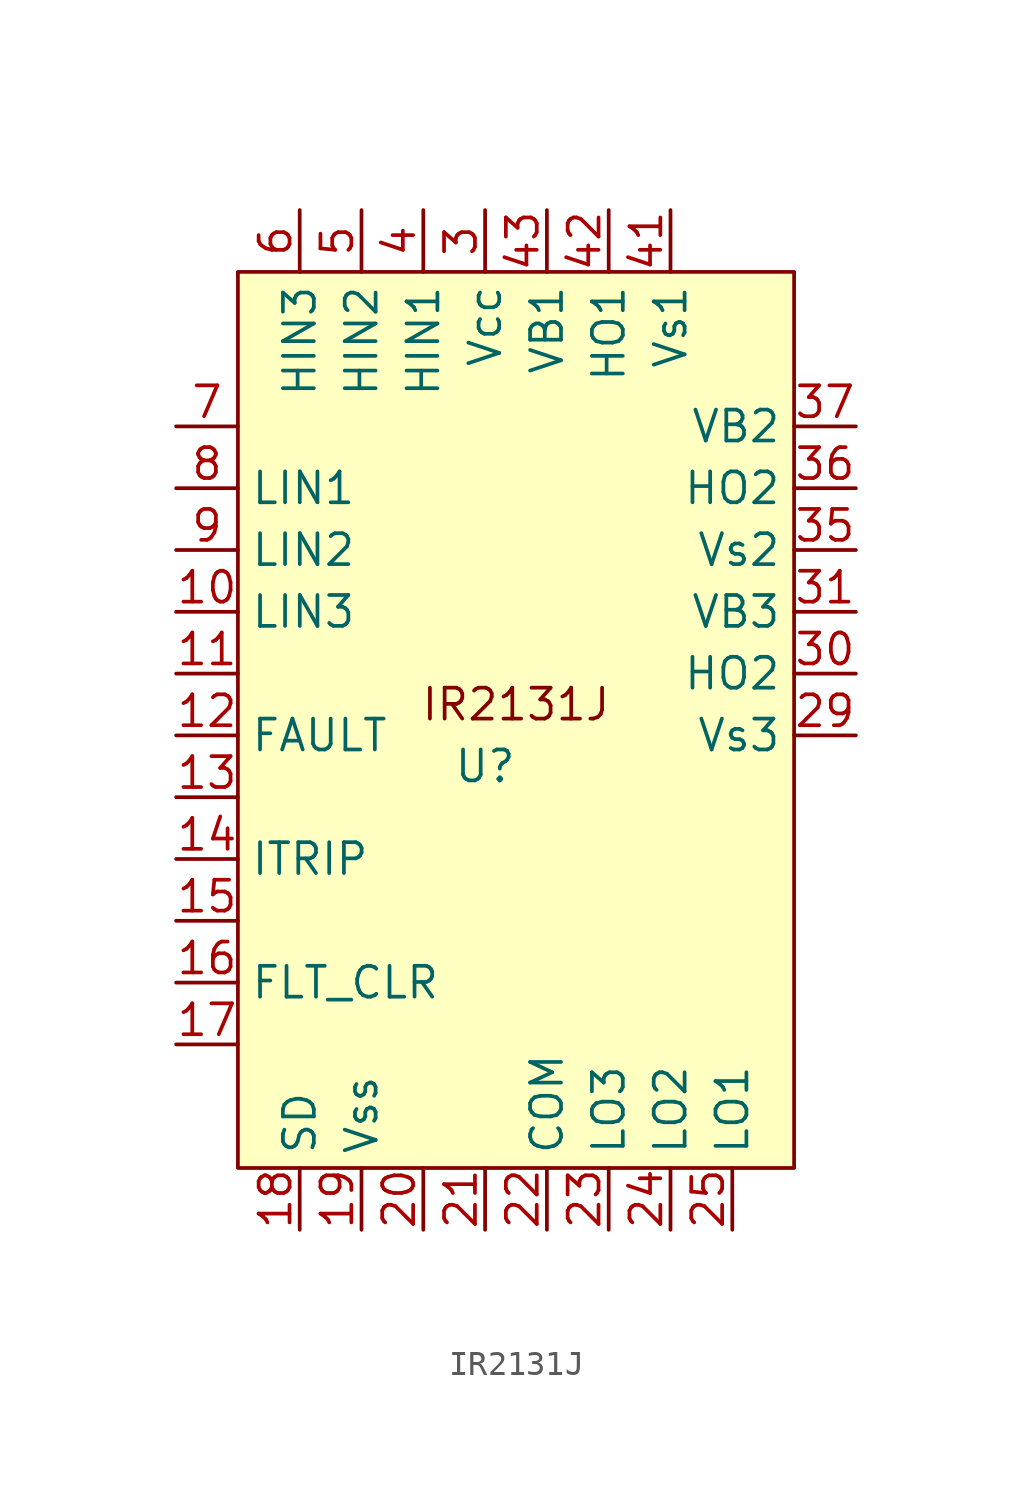
<source format=kicad_sym>
(kicad_symbol_lib
  (version 20220914)
  (generator kicad_symbol_editor)
  (symbol "IR2131J"
    (property "Reference" "U"
      (at 1.27 -16.51 0)
      (effects (font (size 1.27 1.27))))
    (property "Value" ""
      (at 0 0 0)
      (effects (font (size 1.27 1.27))))
    (symbol "IR2131J_1_1"
      (rectangle (start -8.89 3.81) (end 13.97 -33.02) (stroke (width 0) (type default)) (fill (type background)))
      (text "IR2131J" (at 2.54 -13.97 0) (effects (font (size 1.27 1.27))))
      (pin input line (at -11.43 -10.16 0) (length 2.54) (name "LIN3" (effects (font (size 1.27 1.27)))) (number "10" (effects (font (size 1.27 1.27)))))
      (pin input line (at -11.43 -12.7 0) (length 2.54) (name "" (effects (font (size 1.27 1.27)))) (number "11" (effects (font (size 1.27 1.27)))))
      (pin input line (at -11.43 -15.24 0) (length 2.54) (name "FAULT" (effects (font (size 1.27 1.27)))) (number "12" (effects (font (size 1.27 1.27)))))
      (pin input line (at -11.43 -17.78 0) (length 2.54) (name "" (effects (font (size 1.27 1.27)))) (number "13" (effects (font (size 1.27 1.27)))))
      (pin input line (at -11.43 -20.32 0) (length 2.54) (name "ITRIP" (effects (font (size 1.27 1.27)))) (number "14" (effects (font (size 1.27 1.27)))))
      (pin input line (at -11.43 -22.86 0) (length 2.54) (name "" (effects (font (size 1.27 1.27)))) (number "15" (effects (font (size 1.27 1.27)))))
      (pin input line (at -11.43 -25.4 0) (length 2.54) (name "FLT_CLR" (effects (font (size 1.27 1.27)))) (number "16" (effects (font (size 1.27 1.27)))))
      (pin input line (at -11.43 -27.94 0) (length 2.54) (name "" (effects (font (size 1.27 1.27)))) (number "17" (effects (font (size 1.27 1.27)))))
      (pin input line (at -6.35 -35.56 90) (length 2.54) (name "SD" (effects (font (size 1.27 1.27)))) (number "18" (effects (font (size 1.27 1.27)))))
      (pin input line (at -3.81 -35.56 90) (length 2.54) (name "Vss" (effects (font (size 1.27 1.27)))) (number "19" (effects (font (size 1.27 1.27)))))
      (pin input line (at -1.27 -35.56 90) (length 2.54) (name "" (effects (font (size 1.27 1.27)))) (number "20" (effects (font (size 1.27 1.27)))))
      (pin input line (at 1.27 -35.56 90) (length 2.54) (name "" (effects (font (size 1.27 1.27)))) (number "21" (effects (font (size 1.27 1.27)))))
      (pin input line (at 3.81 -35.56 90) (length 2.54) (name "COM" (effects (font (size 1.27 1.27)))) (number "22" (effects (font (size 1.27 1.27)))))
      (pin input line (at 6.35 -35.56 90) (length 2.54) (name "LO3" (effects (font (size 1.27 1.27)))) (number "23" (effects (font (size 1.27 1.27)))))
      (pin input line (at 8.89 -35.56 90) (length 2.54) (name "LO2" (effects (font (size 1.27 1.27)))) (number "24" (effects (font (size 1.27 1.27)))))
      (pin input line (at 11.43 -35.56 90) (length 2.54) (name "LO1" (effects (font (size 1.27 1.27)))) (number "25" (effects (font (size 1.27 1.27)))))
      (pin input line (at 16.51 -15.24 180) (length 2.54) (name "Vs3" (effects (font (size 1.27 1.27)))) (number "29" (effects (font (size 1.27 1.27)))))
      (pin input line (at 1.27 6.35 270) (length 2.54) (name "Vcc" (effects (font (size 1.27 1.27)))) (number "3" (effects (font (size 1.27 1.27)))))
      (pin input line (at 16.51 -12.7 180) (length 2.54) (name "HO2" (effects (font (size 1.27 1.27)))) (number "30" (effects (font (size 1.27 1.27)))))
      (pin input line (at 16.51 -10.16 180) (length 2.54) (name "VB3" (effects (font (size 1.27 1.27)))) (number "31" (effects (font (size 1.27 1.27)))))
      (pin input line (at 16.51 -7.62 180) (length 2.54) (name "Vs2" (effects (font (size 1.27 1.27)))) (number "35" (effects (font (size 1.27 1.27)))))
      (pin input line (at 16.51 -5.08 180) (length 2.54) (name "HO2" (effects (font (size 1.27 1.27)))) (number "36" (effects (font (size 1.27 1.27)))))
      (pin input line (at 16.51 -2.54 180) (length 2.54) (name "VB2" (effects (font (size 1.27 1.27)))) (number "37" (effects (font (size 1.27 1.27)))))
      (pin input line (at -1.27 6.35 270) (length 2.54) (name "HIN1" (effects (font (size 1.27 1.27)))) (number "4" (effects (font (size 1.27 1.27)))))
      (pin input line (at 8.89 6.35 270) (length 2.54) (name "Vs1" (effects (font (size 1.27 1.27)))) (number "41" (effects (font (size 1.27 1.27)))))
      (pin input line (at 6.35 6.35 270) (length 2.54) (name "HO1" (effects (font (size 1.27 1.27)))) (number "42" (effects (font (size 1.27 1.27)))))
      (pin input line (at 3.81 6.35 270) (length 2.54) (name "VB1" (effects (font (size 1.27 1.27)))) (number "43" (effects (font (size 1.27 1.27)))))
      (pin input line (at -3.81 6.35 270) (length 2.54) (name "HIN2" (effects (font (size 1.27 1.27)))) (number "5" (effects (font (size 1.27 1.27)))))
      (pin input line (at -6.35 6.35 270) (length 2.54) (name "HIN3" (effects (font (size 1.27 1.27)))) (number "6" (effects (font (size 1.27 1.27)))))
      (pin input line (at -11.43 -2.54 0) (length 2.54) (name "" (effects (font (size 1.27 1.27)))) (number "7" (effects (font (size 1.27 1.27)))))
      (pin input line (at -11.43 -5.08 0) (length 2.54) (name "LIN1" (effects (font (size 1.27 1.27)))) (number "8" (effects (font (size 1.27 1.27)))))
      (pin input line (at -11.43 -7.62 0) (length 2.54) (name "LIN2" (effects (font (size 1.27 1.27)))) (number "9" (effects (font (size 1.27 1.27))))))))
</source>
